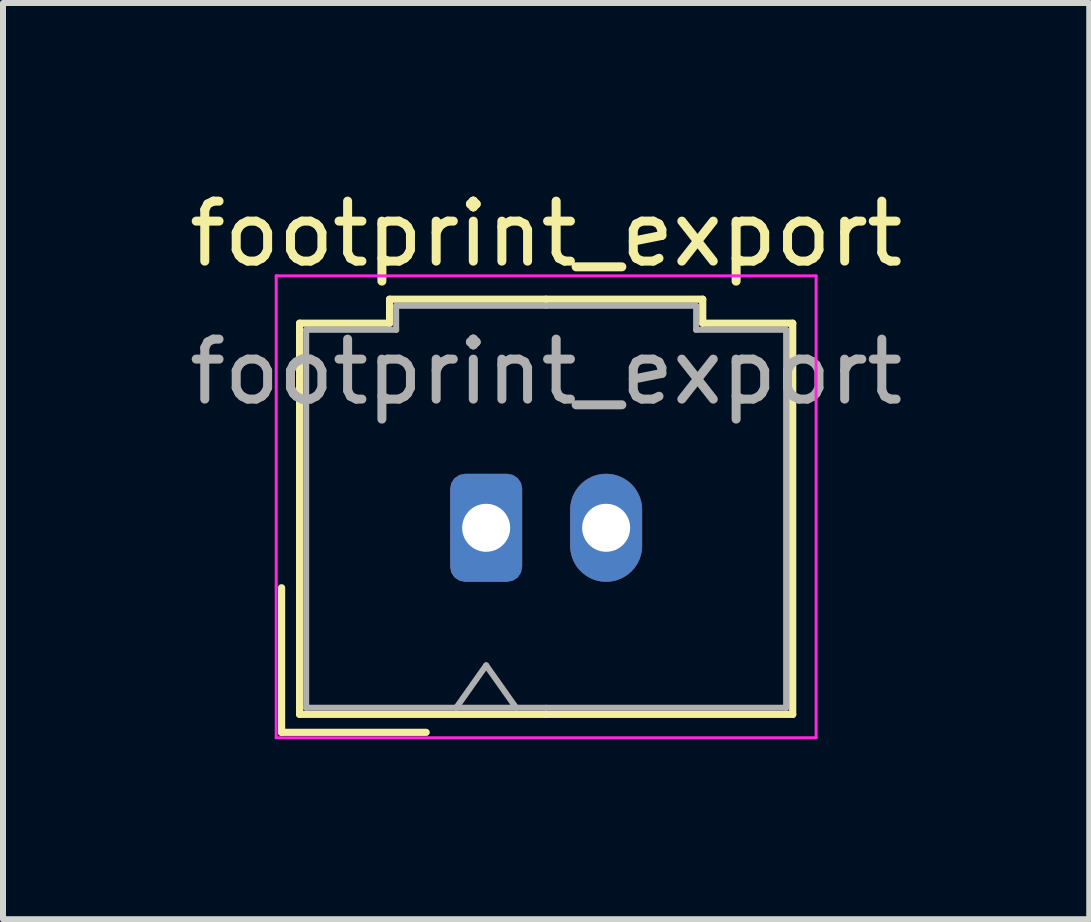
<source format=kicad_pcb>
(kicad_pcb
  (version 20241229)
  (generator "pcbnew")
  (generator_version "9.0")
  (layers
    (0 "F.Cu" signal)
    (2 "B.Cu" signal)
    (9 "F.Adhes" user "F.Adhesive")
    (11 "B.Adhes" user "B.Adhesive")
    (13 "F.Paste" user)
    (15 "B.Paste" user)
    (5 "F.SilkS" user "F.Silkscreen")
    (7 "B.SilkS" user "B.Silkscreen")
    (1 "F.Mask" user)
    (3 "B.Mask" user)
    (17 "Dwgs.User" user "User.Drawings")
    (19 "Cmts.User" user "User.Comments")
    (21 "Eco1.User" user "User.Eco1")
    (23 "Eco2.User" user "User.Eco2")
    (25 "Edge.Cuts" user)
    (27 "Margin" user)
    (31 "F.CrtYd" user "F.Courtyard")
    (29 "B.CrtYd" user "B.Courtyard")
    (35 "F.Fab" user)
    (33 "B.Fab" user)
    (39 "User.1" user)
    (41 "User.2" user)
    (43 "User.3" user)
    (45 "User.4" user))
  (footprint "footprint_export"
    (layer "F.Cu")
    (at 5.054 5.748)
    (property "Reference" "footprint_export" (at 1 -4.9 0) (layer "F.SilkS") (effects (font (size 1 1) (thickness 0.15))))
    (attr through_hole)
    (fp_line (start -3.41 1) (end -3.41 3.41) (stroke (width 0.12) (type solid)) (layer "F.SilkS"))
    (fp_line (start -3.41 3.41) (end -1 3.41) (stroke (width 0.12) (type solid)) (layer "F.SilkS"))
    (fp_line (start -3.11 -3.41) (end -3.11 3.11) (stroke (width 0.12) (type solid)) (layer "F.SilkS"))
    (fp_line (start -3.11 3.11) (end 1 3.11) (stroke (width 0.12) (type solid)) (layer "F.SilkS"))
    (fp_line (start -1.61 -3.81) (end -1.61 -3.41) (stroke (width 0.12) (type solid)) (layer "F.SilkS"))
    (fp_line (start -1.61 -3.41) (end -3.11 -3.41) (stroke (width 0.12) (type solid)) (layer "F.SilkS"))
    (fp_line (start 1 -3.81) (end -1.61 -3.81) (stroke (width 0.12) (type solid)) (layer "F.SilkS"))
    (fp_line (start 1 -3.81) (end 3.61 -3.81) (stroke (width 0.12) (type solid)) (layer "F.SilkS"))
    (fp_line (start 3.61 -3.81) (end 3.61 -3.41) (stroke (width 0.12) (type solid)) (layer "F.SilkS"))
    (fp_line (start 3.61 -3.41) (end 5.11 -3.41) (stroke (width 0.12) (type solid)) (layer "F.SilkS"))
    (fp_line (start 5.11 -3.41) (end 5.11 3.11) (stroke (width 0.12) (type solid)) (layer "F.SilkS"))
    (fp_line (start 5.11 3.11) (end 1 3.11) (stroke (width 0.12) (type solid)) (layer "F.SilkS"))
    (fp_line (start -3.5 -4.2) (end -3.5 3.5) (stroke (width 0.05) (type solid)) (layer "F.CrtYd"))
    (fp_line (start -3.5 3.5) (end 5.5 3.5) (stroke (width 0.05) (type solid)) (layer "F.CrtYd"))
    (fp_line (start 5.5 -4.2) (end -3.5 -4.2) (stroke (width 0.05) (type solid)) (layer "F.CrtYd"))
    (fp_line (start 5.5 3.5) (end 5.5 -4.2) (stroke (width 0.05) (type solid)) (layer "F.CrtYd"))
    (fp_line (start -3 -3.3) (end -3 3) (stroke (width 0.1) (type solid)) (layer "F.Fab"))
    (fp_line (start -3 3) (end 1 3) (stroke (width 0.1) (type solid)) (layer "F.Fab"))
    (fp_line (start -1.5 -3.7) (end -1.5 -3.3) (stroke (width 0.1) (type solid)) (layer "F.Fab"))
    (fp_line (start -1.5 -3.3) (end -3 -3.3) (stroke (width 0.1) (type solid)) (layer "F.Fab"))
    (fp_line (start -0.5 3) (end 0 2.293) (stroke (width 0.1) (type solid)) (layer "F.Fab"))
    (fp_line (start 0 2.293) (end 0.5 3) (stroke (width 0.1) (type solid)) (layer "F.Fab"))
    (fp_line (start 1 -3.7) (end -1.5 -3.7) (stroke (width 0.1) (type solid)) (layer "F.Fab"))
    (fp_line (start 1 -3.7) (end 3.5 -3.7) (stroke (width 0.1) (type solid)) (layer "F.Fab"))
    (fp_line (start 3.5 -3.7) (end 3.5 -3.3) (stroke (width 0.1) (type solid)) (layer "F.Fab"))
    (fp_line (start 3.5 -3.3) (end 5 -3.3) (stroke (width 0.1) (type solid)) (layer "F.Fab"))
    (fp_line (start 5 -3.3) (end 5 3) (stroke (width 0.1) (type solid)) (layer "F.Fab"))
    (fp_line (start 5 3) (end 1 3) (stroke (width 0.1) (type solid)) (layer "F.Fab"))
    (fp_text user "${REFERENCE}" (at 1 -2.6 0) (layer "F.Fab") (effects (font (size 1 1) (thickness 0.15))))
    (pad "1" thru_hole roundrect (at 0 0) (size 1.2 1.8) (drill 0.8) (layers "*.Cu" "*.Mask") (roundrect_rratio 0.208))
    (pad "2" thru_hole oval (at 2 0) (size 1.2 1.8) (drill 0.8) (layers "*.Cu" "*.Mask")))
  (gr_rect
    (start -3 -3)
    (end 15.107 12.273)
    (stroke (width 0.1) (type default))
    (fill no)
    (layer "Edge.Cuts")))
</source>
